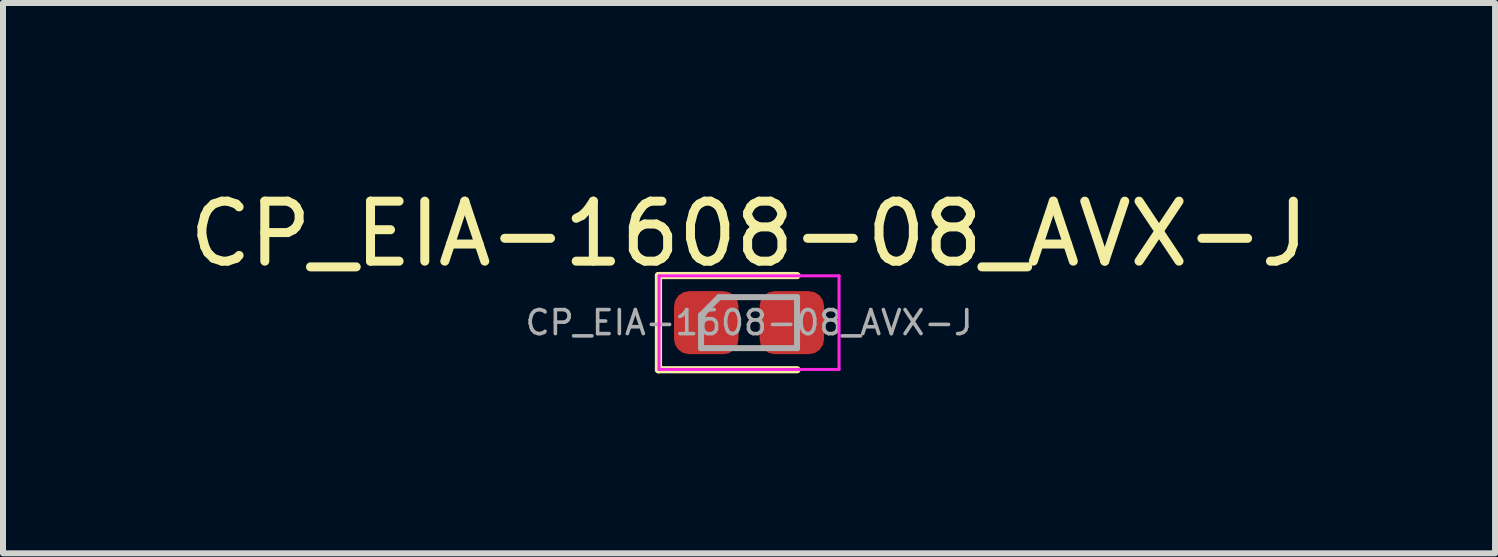
<source format=kicad_pcb>
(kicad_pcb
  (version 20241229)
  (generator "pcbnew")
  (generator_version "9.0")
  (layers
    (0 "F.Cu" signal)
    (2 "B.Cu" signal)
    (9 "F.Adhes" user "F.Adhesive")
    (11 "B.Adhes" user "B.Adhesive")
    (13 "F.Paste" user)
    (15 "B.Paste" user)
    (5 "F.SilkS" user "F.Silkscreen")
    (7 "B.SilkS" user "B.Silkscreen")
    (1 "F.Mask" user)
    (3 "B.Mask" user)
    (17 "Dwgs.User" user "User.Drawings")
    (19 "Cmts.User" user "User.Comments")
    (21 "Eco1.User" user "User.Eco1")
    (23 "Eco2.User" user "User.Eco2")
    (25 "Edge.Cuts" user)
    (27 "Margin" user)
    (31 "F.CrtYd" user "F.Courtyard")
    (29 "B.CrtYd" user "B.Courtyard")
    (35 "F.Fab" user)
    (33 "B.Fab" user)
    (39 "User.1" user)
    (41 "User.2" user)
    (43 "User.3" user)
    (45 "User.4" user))
  (footprint "CP_EIA-1608-08_AVX-J"
    (layer "F.Cu")
    (at 9.435 2.328)
    (property "Reference" "CP_EIA-1608-08_AVX-J" (at 0 -1.48 0) (layer "F.SilkS") (effects (font (size 1 1) (thickness 0.15))))
    (attr smd)
    (fp_line (start -1.51 -0.785) (end -1.51 0.785) (stroke (width 0.12) (type solid)) (layer "F.SilkS"))
    (fp_line (start -1.51 0.785) (end 0.8 0.785) (stroke (width 0.12) (type solid)) (layer "F.SilkS"))
    (fp_line (start 0.8 -0.785) (end -1.51 -0.785) (stroke (width 0.12) (type solid)) (layer "F.SilkS"))
    (fp_line (start -1.5 -0.78) (end 1.5 -0.78) (stroke (width 0.05) (type solid)) (layer "F.CrtYd"))
    (fp_line (start -1.5 0.78) (end -1.5 -0.78) (stroke (width 0.05) (type solid)) (layer "F.CrtYd"))
    (fp_line (start 1.5 -0.78) (end 1.5 0.78) (stroke (width 0.05) (type solid)) (layer "F.CrtYd"))
    (fp_line (start 1.5 0.78) (end -1.5 0.78) (stroke (width 0.05) (type solid)) (layer "F.CrtYd"))
    (fp_line (start -0.8 -0.125) (end -0.8 0.425) (stroke (width 0.1) (type solid)) (layer "F.Fab"))
    (fp_line (start -0.8 0.425) (end 0.8 0.425) (stroke (width 0.1) (type solid)) (layer "F.Fab"))
    (fp_line (start -0.5 -0.425) (end -0.8 -0.125) (stroke (width 0.1) (type solid)) (layer "F.Fab"))
    (fp_line (start 0.8 -0.425) (end -0.5 -0.425) (stroke (width 0.1) (type solid)) (layer "F.Fab"))
    (fp_line (start 0.8 0.425) (end 0.8 -0.425) (stroke (width 0.1) (type solid)) (layer "F.Fab"))
    (fp_text user "${REFERENCE}" (at 0 0 0) (layer "F.Fab") (effects (font (size 0.4 0.4) (thickness 0.06))))
    (pad "1" smd roundrect (at -0.713 0) (size 1.075 1.05) (layers "F.Cu" "F.Mask" "F.Paste") (roundrect_rratio 0.238))
    (pad "2" smd roundrect (at 0.713 0) (size 1.075 1.05) (layers "F.Cu" "F.Mask" "F.Paste") (roundrect_rratio 0.238)))
  (gr_rect
    (start -3 -3)
    (end 21.869 6.173)
    (stroke (width 0.1) (type default))
    (fill no)
    (layer "Edge.Cuts")))
</source>
